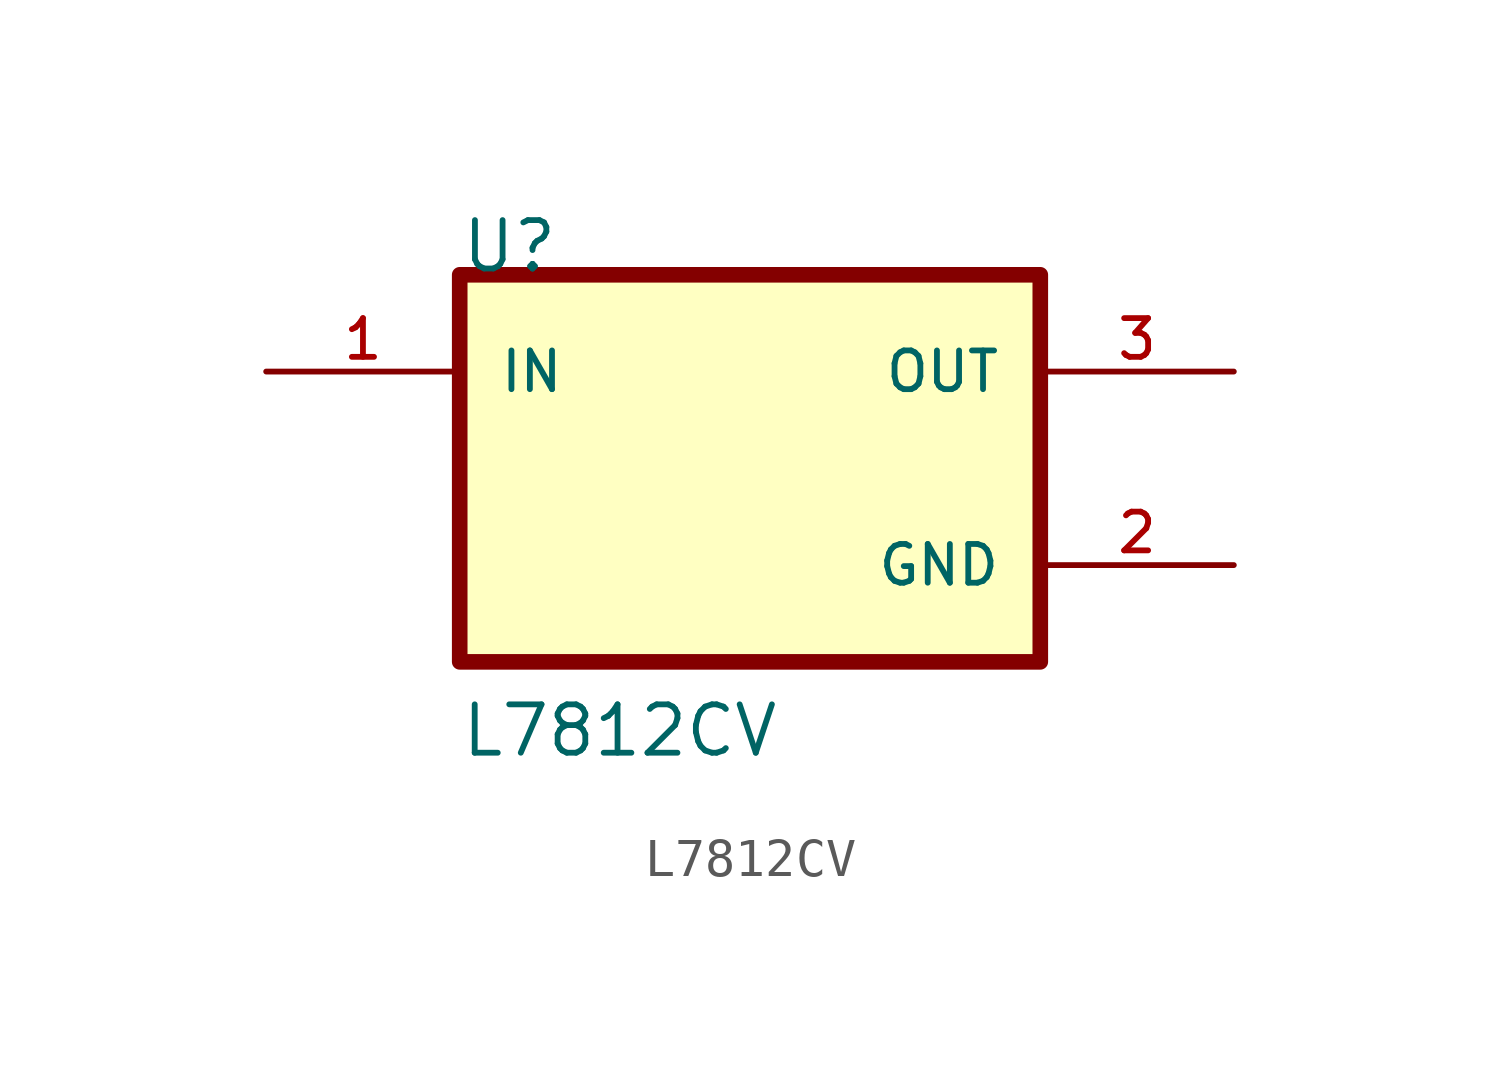
<source format=kicad_sym>
(kicad_symbol_lib
  (version 20211014)
  (generator kicad_symbol_editor)
  (symbol "L7812CV"
    (pin_names
      (offset 1.016))
    (property "Reference" "U"
      (at -7.623 5.082 0.0)
      (effects (font (size 1.27 1.27)) (justify bottom left)))
    (property "Value" "L7812CV"
      (at -7.629 -7.629 0.0)
      (effects (font (size 1.27 1.27)) (justify bottom left)))
    (symbol "L7812CV_0_0"
      (rectangle (start -7.62 -5.08) (end 7.62 5.08) (stroke (width 0.41)) (fill (type background)))
      (pin input line (at -12.7 2.54 0) (length 5.08) (name "IN" (effects (font (size 1.016 1.016)))) (number "1" (effects (font (size 1.016 1.016)))))
      (pin power_in line (at 12.7 -2.54 180.0) (length 5.08) (name "GND" (effects (font (size 1.016 1.016)))) (number "2" (effects (font (size 1.016 1.016)))))
      (pin output line (at 12.7 2.54 180.0) (length 5.08) (name "OUT" (effects (font (size 1.016 1.016)))) (number "3" (effects (font (size 1.016 1.016))))))))
</source>
